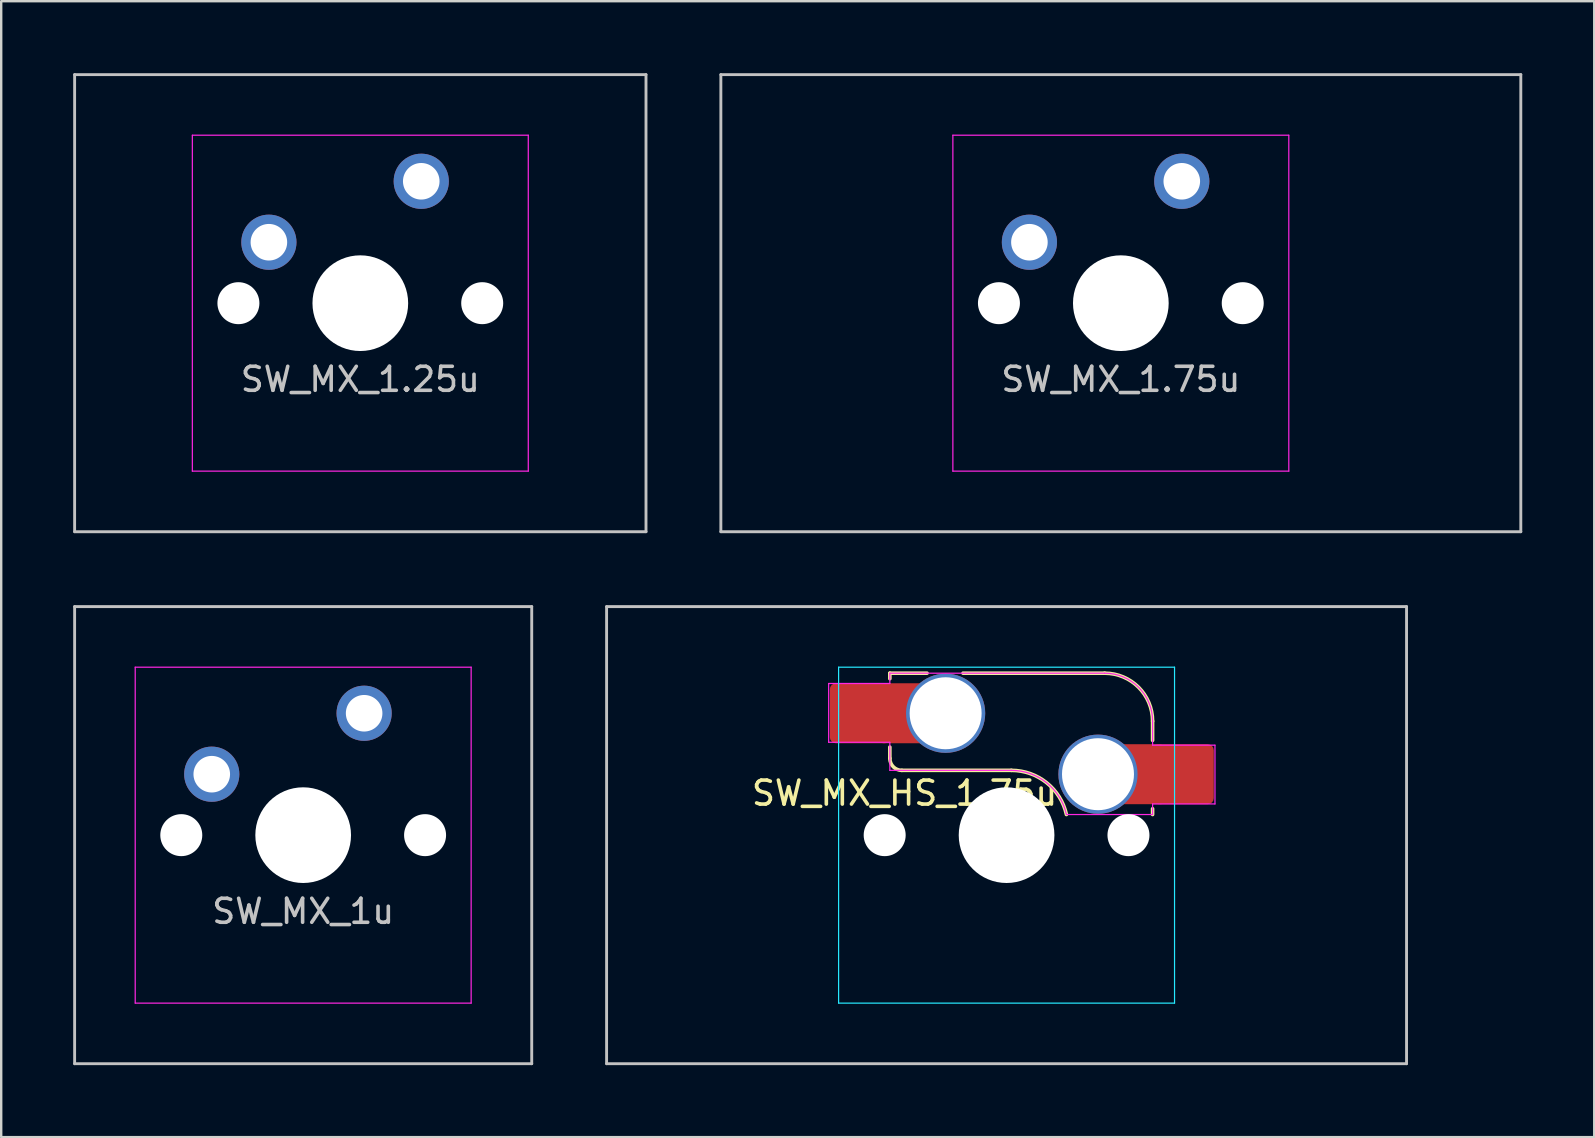
<source format=kicad_pcb>
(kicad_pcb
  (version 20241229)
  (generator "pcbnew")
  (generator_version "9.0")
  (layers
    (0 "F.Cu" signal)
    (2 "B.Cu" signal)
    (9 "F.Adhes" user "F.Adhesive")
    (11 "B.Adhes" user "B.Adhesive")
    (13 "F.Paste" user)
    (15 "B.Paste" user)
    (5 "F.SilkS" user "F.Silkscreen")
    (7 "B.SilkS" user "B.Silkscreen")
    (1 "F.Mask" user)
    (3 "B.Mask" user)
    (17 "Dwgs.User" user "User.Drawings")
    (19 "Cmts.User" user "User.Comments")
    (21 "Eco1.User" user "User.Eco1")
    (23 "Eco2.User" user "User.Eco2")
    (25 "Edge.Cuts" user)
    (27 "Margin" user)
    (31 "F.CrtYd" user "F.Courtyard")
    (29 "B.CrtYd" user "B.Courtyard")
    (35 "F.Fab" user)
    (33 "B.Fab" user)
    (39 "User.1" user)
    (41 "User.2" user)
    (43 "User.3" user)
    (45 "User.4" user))
  (footprint "SW_MX_1.75u"
    (layer "F.Cu")
    (at 43.661 9.585)
    (property "Reference" "SW_MX_1.75u" (at 0 3.175 0) (layer "Dwgs.User") (effects (font (size 1 1) (thickness 0.15))))
    (attr through_hole exclude_from_pos_files exclude_from_bom)
    (fp_line (start -16.669 -9.525) (end -16.669 9.525) (stroke (width 0.12) (type solid)) (layer "Dwgs.User"))
    (fp_line (start -16.669 9.525) (end 16.669 9.525) (stroke (width 0.12) (type solid)) (layer "Dwgs.User"))
    (fp_line (start 16.669 -9.525) (end -16.669 -9.525) (stroke (width 0.12) (type solid)) (layer "Dwgs.User"))
    (fp_line (start 16.669 9.525) (end 16.669 -9.525) (stroke (width 0.12) (type solid)) (layer "Dwgs.User"))
    (fp_line (start -7 6.5) (end -7 -6.5) (stroke (width 0.05) (type solid)) (layer "Eco2.User"))
    (fp_line (start -6.5 -7) (end 6.5 -7) (stroke (width 0.05) (type solid)) (layer "Eco2.User"))
    (fp_line (start 6.5 7) (end -6.5 7) (stroke (width 0.05) (type solid)) (layer "Eco2.User"))
    (fp_line (start 7 -6.5) (end 7 6.5) (stroke (width 0.05) (type solid)) (layer "Eco2.User"))
    (fp_arc (start -7 -6.5) (mid -6.853553 -6.853553) (end -6.5 -7) (stroke (width 0.05) (type solid)) (layer "Eco2.User"))
    (fp_arc (start -6.5 7) (mid -6.853553 6.853553) (end -7 6.5) (stroke (width 0.05) (type solid)) (layer "Eco2.User"))
    (fp_arc (start 6.5 -7) (mid 6.853553 -6.853553) (end 7 -6.5) (stroke (width 0.05) (type solid)) (layer "Eco2.User"))
    (fp_arc (start 6.997236 6.498884) (mid 6.850789 6.852437) (end 6.497236 6.998884) (stroke (width 0.05) (type solid)) (layer "Eco2.User"))
    (fp_line (start -7 -7) (end -7 7) (stroke (width 0.05) (type solid)) (layer "F.CrtYd"))
    (fp_line (start -7 7) (end 7 7) (stroke (width 0.05) (type solid)) (layer "F.CrtYd"))
    (fp_line (start 7 -7) (end -7 -7) (stroke (width 0.05) (type solid)) (layer "F.CrtYd"))
    (fp_line (start 7 7) (end 7 -7) (stroke (width 0.05) (type solid)) (layer "F.CrtYd"))
    (pad "" np_thru_hole circle (at -5.08 0) (size 1.75 1.75) (drill 1.75) (layers "*.Cu" "*.Mask"))
    (pad "" np_thru_hole circle (at 0 0) (size 3.988 3.988) (drill 3.988) (layers "*.Cu" "*.Mask"))
    (pad "" np_thru_hole circle (at 5.08 0) (size 1.75 1.75) (drill 1.75) (layers "*.Cu" "*.Mask"))
    (pad "1" thru_hole circle (at -3.81 -2.54) (size 2.3 2.3) (drill 1.524) (layers "*.Cu" "B.Mask"))
    (pad "2" thru_hole circle (at 2.54 -5.08) (size 2.3 2.3) (drill 1.524) (layers "*.Cu" "B.Mask")))
  (footprint "SW_MX_1.25u"
    (layer "F.Cu")
    (at 11.966 9.585)
    (property "Reference" "SW_MX_1.25u" (at 0 3.175 0) (layer "Dwgs.User") (effects (font (size 1 1) (thickness 0.15))))
    (attr through_hole exclude_from_pos_files exclude_from_bom)
    (fp_line (start -11.906 -9.525) (end -11.906 9.525) (stroke (width 0.12) (type solid)) (layer "Dwgs.User"))
    (fp_line (start -11.906 9.525) (end 11.906 9.525) (stroke (width 0.12) (type solid)) (layer "Dwgs.User"))
    (fp_line (start 11.906 -9.525) (end -11.906 -9.525) (stroke (width 0.12) (type solid)) (layer "Dwgs.User"))
    (fp_line (start 11.906 9.525) (end 11.906 -9.525) (stroke (width 0.12) (type solid)) (layer "Dwgs.User"))
    (fp_line (start -7 6.5) (end -7 -6.5) (stroke (width 0.05) (type solid)) (layer "Eco2.User"))
    (fp_line (start -6.5 -7) (end 6.5 -7) (stroke (width 0.05) (type solid)) (layer "Eco2.User"))
    (fp_line (start 6.5 7) (end -6.5 7) (stroke (width 0.05) (type solid)) (layer "Eco2.User"))
    (fp_line (start 7 -6.5) (end 7 6.5) (stroke (width 0.05) (type solid)) (layer "Eco2.User"))
    (fp_arc (start -7 -6.5) (mid -6.853553 -6.853553) (end -6.5 -7) (stroke (width 0.05) (type solid)) (layer "Eco2.User"))
    (fp_arc (start -6.5 7) (mid -6.853553 6.853553) (end -7 6.5) (stroke (width 0.05) (type solid)) (layer "Eco2.User"))
    (fp_arc (start 6.5 -7) (mid 6.853553 -6.853553) (end 7 -6.5) (stroke (width 0.05) (type solid)) (layer "Eco2.User"))
    (fp_arc (start 6.997236 6.498884) (mid 6.850789 6.852437) (end 6.497236 6.998884) (stroke (width 0.05) (type solid)) (layer "Eco2.User"))
    (fp_line (start -7 -7) (end -7 7) (stroke (width 0.05) (type solid)) (layer "F.CrtYd"))
    (fp_line (start -7 7) (end 7 7) (stroke (width 0.05) (type solid)) (layer "F.CrtYd"))
    (fp_line (start 7 -7) (end -7 -7) (stroke (width 0.05) (type solid)) (layer "F.CrtYd"))
    (fp_line (start 7 7) (end 7 -7) (stroke (width 0.05) (type solid)) (layer "F.CrtYd"))
    (pad "" np_thru_hole circle (at -5.08 0) (size 1.75 1.75) (drill 1.75) (layers "*.Cu" "*.Mask"))
    (pad "" np_thru_hole circle (at 0 0) (size 3.988 3.988) (drill 3.988) (layers "*.Cu" "*.Mask"))
    (pad "" np_thru_hole circle (at 5.08 0) (size 1.75 1.75) (drill 1.75) (layers "*.Cu" "*.Mask"))
    (pad "1" thru_hole circle (at -3.81 -2.54) (size 2.3 2.3) (drill 1.524) (layers "*.Cu" "B.Mask"))
    (pad "2" thru_hole circle (at 2.54 -5.08) (size 2.3 2.3) (drill 1.524) (layers "*.Cu" "B.Mask")))
  (footprint "SW_MX_1u"
    (layer "F.Cu")
    (at 9.585 31.755)
    (property "Reference" "SW_MX_1u" (at 0 3.175 0) (layer "Dwgs.User") (effects (font (size 1 1) (thickness 0.15))))
    (attr through_hole exclude_from_pos_files exclude_from_bom)
    (fp_line (start -9.525 -9.525) (end -9.525 9.525) (stroke (width 0.12) (type solid)) (layer "Dwgs.User"))
    (fp_line (start -9.525 9.525) (end 9.525 9.525) (stroke (width 0.12) (type solid)) (layer "Dwgs.User"))
    (fp_line (start 9.525 -9.525) (end -9.525 -9.525) (stroke (width 0.12) (type solid)) (layer "Dwgs.User"))
    (fp_line (start 9.525 9.525) (end 9.525 -9.525) (stroke (width 0.12) (type solid)) (layer "Dwgs.User"))
    (fp_line (start -7 6.5) (end -7 -6.5) (stroke (width 0.05) (type solid)) (layer "Eco2.User"))
    (fp_line (start -6.5 -7) (end 6.5 -7) (stroke (width 0.05) (type solid)) (layer "Eco2.User"))
    (fp_line (start 6.5 7) (end -6.5 7) (stroke (width 0.05) (type solid)) (layer "Eco2.User"))
    (fp_line (start 7 -6.5) (end 7 6.5) (stroke (width 0.05) (type solid)) (layer "Eco2.User"))
    (fp_arc (start -7 -6.5) (mid -6.853553 -6.853553) (end -6.5 -7) (stroke (width 0.05) (type solid)) (layer "Eco2.User"))
    (fp_arc (start -6.5 7) (mid -6.853553 6.853553) (end -7 6.5) (stroke (width 0.05) (type solid)) (layer "Eco2.User"))
    (fp_arc (start 6.5 -7) (mid 6.853553 -6.853553) (end 7 -6.5) (stroke (width 0.05) (type solid)) (layer "Eco2.User"))
    (fp_arc (start 6.997236 6.498884) (mid 6.850789 6.852437) (end 6.497236 6.998884) (stroke (width 0.05) (type solid)) (layer "Eco2.User"))
    (fp_line (start -7 -7) (end -7 7) (stroke (width 0.05) (type solid)) (layer "F.CrtYd"))
    (fp_line (start -7 7) (end 7 7) (stroke (width 0.05) (type solid)) (layer "F.CrtYd"))
    (fp_line (start 7 -7) (end -7 -7) (stroke (width 0.05) (type solid)) (layer "F.CrtYd"))
    (fp_line (start 7 7) (end 7 -7) (stroke (width 0.05) (type solid)) (layer "F.CrtYd"))
    (pad "" np_thru_hole circle (at -5.08 0) (size 1.75 1.75) (drill 1.75) (layers "*.Cu" "*.Mask"))
    (pad "" np_thru_hole circle (at 0 0) (size 3.988 3.988) (drill 3.988) (layers "*.Cu" "*.Mask"))
    (pad "" np_thru_hole circle (at 5.08 0) (size 1.75 1.75) (drill 1.75) (layers "*.Cu" "*.Mask"))
    (pad "1" thru_hole circle (at -3.81 -2.54) (size 2.3 2.3) (drill 1.524) (layers "*.Cu" "B.Mask"))
    (pad "2" thru_hole circle (at 2.54 -5.08) (size 2.3 2.3) (drill 1.524) (layers "*.Cu" "B.Mask")))
  (footprint "SW_MX_HS_1.75u"
    (layer "F.Cu")
    (at 38.899 31.755)
    (property "Reference" "SW_MX_HS_1.75u" (at -4.25 -1.75 0) (layer "F.SilkS") (effects (font (size 1 1) (thickness 0.15))))
    (attr smd)
    (fp_line (start -4.865 -6.75) (end -4.865 -6.52) (stroke (width 0.15) (type solid)) (layer "F.SilkS"))
    (fp_line (start -4.865 -3.67) (end -4.865 -3.2) (stroke (width 0.15) (type solid)) (layer "F.SilkS"))
    (fp_line (start -4.365 -2.7) (end 0.2 -2.7) (stroke (width 0.15) (type solid)) (layer "F.SilkS"))
    (fp_line (start -3.315 -6.75) (end -4.865 -6.75) (stroke (width 0.15) (type solid)) (layer "F.SilkS"))
    (fp_line (start 4.085 -6.75) (end -1.815 -6.75) (stroke (width 0.15) (type solid)) (layer "F.SilkS"))
    (fp_line (start 6.085 -3.95) (end 6.085 -4.75) (stroke (width 0.15) (type solid)) (layer "F.SilkS"))
    (fp_line (start 6.085 -1.1) (end 6.085 -0.86) (stroke (width 0.15) (type solid)) (layer "F.SilkS"))
    (fp_arc (start -4.364824 -2.70022) (mid -4.718377 -2.846667) (end -4.864824 -3.20022) (stroke (width 0.15) (type solid)) (layer "F.SilkS"))
    (fp_arc (start 0.2 -2.70022) (mid 1.670693 -2.183637) (end 2.494322 -0.86022) (stroke (width 0.15) (type solid)) (layer "F.SilkS"))
    (fp_arc (start 4.085176 -6.75022) (mid 5.49939 -6.164434) (end 6.085176 -4.75022) (stroke (width 0.15) (type solid)) (layer "F.SilkS"))
    (fp_line (start -16.669 -9.525) (end 16.669 -9.525) (stroke (width 0.12) (type solid)) (layer "Dwgs.User"))
    (fp_line (start -16.669 9.525) (end -16.669 -9.525) (stroke (width 0.12) (type solid)) (layer "Dwgs.User"))
    (fp_line (start 16.669 -9.525) (end 16.669 9.525) (stroke (width 0.12) (type solid)) (layer "Dwgs.User"))
    (fp_line (start 16.669 9.525) (end -16.669 9.525) (stroke (width 0.12) (type solid)) (layer "Dwgs.User"))
    (fp_line (start -7 -6.5) (end -7 6.5) (stroke (width 0.05) (type solid)) (layer "Eco2.User"))
    (fp_line (start -6.5 7) (end 6.5 7) (stroke (width 0.05) (type solid)) (layer "Eco2.User"))
    (fp_line (start 6.5 -7) (end -6.5 -7) (stroke (width 0.05) (type solid)) (layer "Eco2.User"))
    (fp_line (start 7 6.5) (end 7 -6.5) (stroke (width 0.05) (type solid)) (layer "Eco2.User"))
    (fp_arc (start -7 -6.5) (mid -6.853553 -6.853553) (end -6.5 -7) (stroke (width 0.05) (type solid)) (layer "Eco2.User"))
    (fp_arc (start -6.497236 6.998884) (mid -6.850789 6.852437) (end -6.997236 6.498884) (stroke (width 0.05) (type solid)) (layer "Eco2.User"))
    (fp_arc (start 6.5 -7) (mid 6.853553 -6.853553) (end 7 -6.5) (stroke (width 0.05) (type solid)) (layer "Eco2.User"))
    (fp_arc (start 7 6.5) (mid 6.853553 6.853553) (end 6.5 7) (stroke (width 0.05) (type solid)) (layer "Eco2.User"))
    (fp_line (start -7 -7) (end 7 -7) (stroke (width 0.05) (type solid)) (layer "B.CrtYd"))
    (fp_line (start -7 7) (end -7 -7) (stroke (width 0.05) (type solid)) (layer "B.CrtYd"))
    (fp_line (start 7 -7) (end 7 7) (stroke (width 0.05) (type solid)) (layer "B.CrtYd"))
    (fp_line (start 7 7) (end -7 7) (stroke (width 0.05) (type solid)) (layer "B.CrtYd"))
    (fp_line (start -7.415 -6.32) (end -4.865 -6.32) (stroke (width 0.05) (type solid)) (layer "F.CrtYd"))
    (fp_line (start -7.415 -3.87) (end -7.415 -6.32) (stroke (width 0.05) (type solid)) (layer "F.CrtYd"))
    (fp_line (start -4.865 -6.75) (end -4.865 -6.32) (stroke (width 0.05) (type solid)) (layer "F.CrtYd"))
    (fp_line (start -4.865 -3.87) (end -7.415 -3.87) (stroke (width 0.05) (type solid)) (layer "F.CrtYd"))
    (fp_line (start -4.865 -3.87) (end -4.865 -2.7) (stroke (width 0.05) (type solid)) (layer "F.CrtYd"))
    (fp_line (start -4.865 -2.7) (end 0.2 -2.7) (stroke (width 0.05) (type solid)) (layer "F.CrtYd"))
    (fp_line (start 4.085 -6.75) (end -4.865 -6.75) (stroke (width 0.05) (type solid)) (layer "F.CrtYd"))
    (fp_line (start 6.085 -3.75) (end 6.085 -4.75) (stroke (width 0.05) (type solid)) (layer "F.CrtYd"))
    (fp_line (start 6.085 -3.75) (end 8.685 -3.75) (stroke (width 0.05) (type solid)) (layer "F.CrtYd"))
    (fp_line (start 6.085 -1.3) (end 6.085 -0.86) (stroke (width 0.05) (type solid)) (layer "F.CrtYd"))
    (fp_line (start 6.085 -0.86) (end 2.494 -0.86) (stroke (width 0.05) (type solid)) (layer "F.CrtYd"))
    (fp_line (start 8.685 -3.75) (end 8.685 -1.3) (stroke (width 0.05) (type solid)) (layer "F.CrtYd"))
    (fp_line (start 8.685 -1.3) (end 6.085 -1.3) (stroke (width 0.05) (type solid)) (layer "F.CrtYd"))
    (fp_arc (start 0.2 -2.70022) (mid 1.670503 -2.183399) (end 2.494322 -0.86022) (stroke (width 0.05) (type solid)) (layer "F.CrtYd"))
    (fp_arc (start 4.085176 -6.75022) (mid 5.49939 -6.164434) (end 6.085176 -4.75022) (stroke (width 0.05) (type solid)) (layer "F.CrtYd"))
    (pad "" np_thru_hole circle (at -5.08 0) (size 1.75 1.75) (drill 1.75) (layers "*.Cu" "*.Mask"))
    (pad "" np_thru_hole circle (at 0 0) (size 3.988 3.988) (drill 3.988) (layers "*.Cu" "*.Mask"))
    (pad "" np_thru_hole circle (at 5.08 0) (size 1.75 1.75) (drill 1.75) (layers "*.Cu" "*.Mask"))
    (pad "1" thru_hole circle (at 3.81 -2.54) (size 3.3 3.3) (drill 3) (layers "*.Cu" "*.Mask"))
    (pad "1" smd rect (at 5.635 -2.54 180) (size 1.65 2.5) (layers "F.Cu"))
    (pad "1" smd roundrect (at 7.36 -2.54) (size 2.55 2.5) (layers "F.Cu" "F.Mask" "F.Paste") (roundrect_rratio 0.1))
    (pad "2" smd roundrect (at -6.09 -5.08) (size 2.55 2.5) (layers "F.Cu" "F.Mask" "F.Paste") (roundrect_rratio 0.1))
    (pad "2" smd rect (at -4.34 -5.08) (size 1.65 2.5) (layers "F.Cu"))
    (pad "2" thru_hole circle (at -2.54 -5.08) (size 3.3 3.3) (drill 3) (layers "*.Cu" "*.Mask")))
  (gr_rect
    (start -3 -3)
    (end 63.39 44.34)
    (stroke (width 0.1) (type default))
    (fill no)
    (layer "Edge.Cuts")))
</source>
